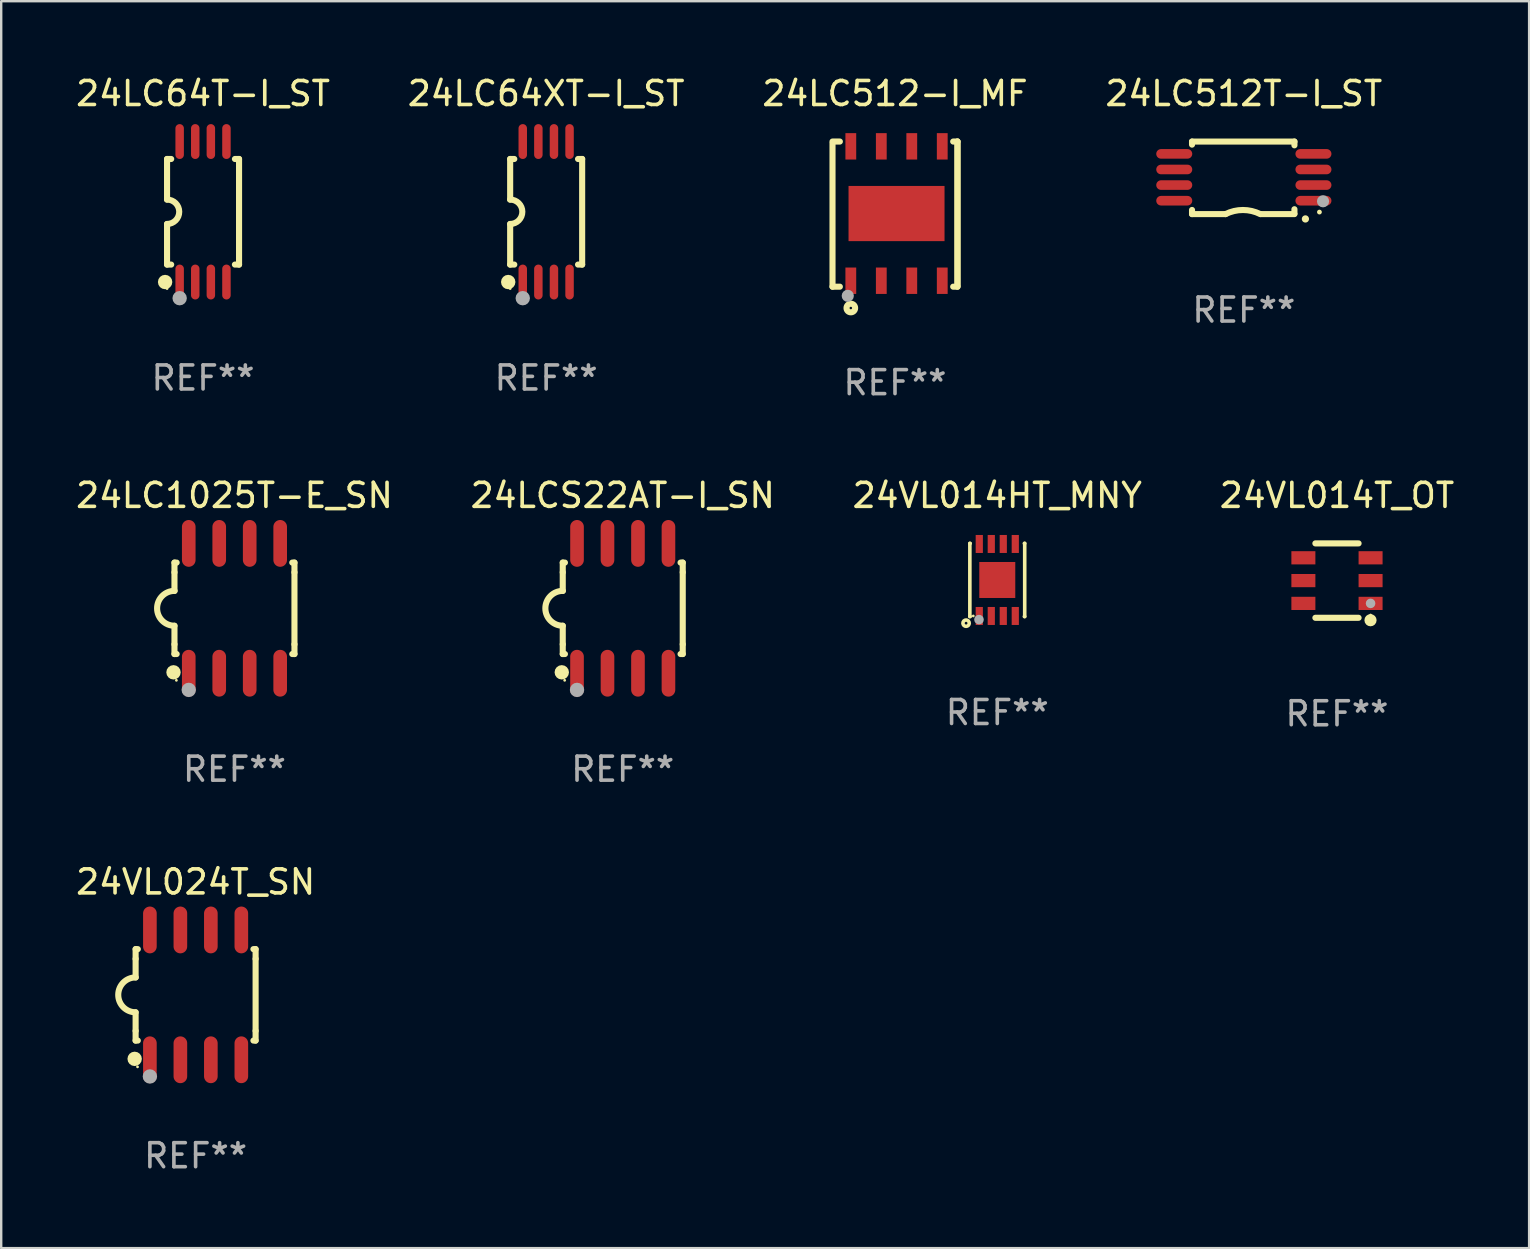
<source format=kicad_pcb>
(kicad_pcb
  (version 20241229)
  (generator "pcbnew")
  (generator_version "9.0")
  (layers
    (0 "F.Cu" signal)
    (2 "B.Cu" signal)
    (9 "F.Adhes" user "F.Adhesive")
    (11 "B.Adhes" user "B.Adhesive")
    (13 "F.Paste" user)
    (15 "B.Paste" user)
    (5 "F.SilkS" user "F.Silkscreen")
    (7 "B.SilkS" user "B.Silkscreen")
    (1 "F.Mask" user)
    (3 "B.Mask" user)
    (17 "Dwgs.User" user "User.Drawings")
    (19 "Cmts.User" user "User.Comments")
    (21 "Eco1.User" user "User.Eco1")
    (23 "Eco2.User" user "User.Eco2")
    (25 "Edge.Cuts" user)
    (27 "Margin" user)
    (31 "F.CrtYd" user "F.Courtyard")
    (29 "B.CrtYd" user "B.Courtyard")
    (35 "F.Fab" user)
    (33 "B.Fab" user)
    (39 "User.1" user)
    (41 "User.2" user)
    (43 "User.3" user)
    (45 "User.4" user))
  (footprint "24LC1025T-E_SN"
    (layer "F.Cu")
    (at 6.72 22.298)
    (property "Reference" "24LC1025T-E_SN" (at 0 -4.705 0) (layer "F.SilkS") (effects (font (size 1 1) (thickness 0.15))))
    (attr through_hole)
    (fp_line (start -2.5 -1.905) (end -2.409 -1.905) (stroke (width 0.254) (type solid)) (layer "F.SilkS"))
    (fp_line (start -2.5 -1.5) (end -2.5 -1.905) (stroke (width 0.254) (type solid)) (layer "F.SilkS"))
    (fp_line (start -2.5 -1.5) (end -2.5 -0.726) (stroke (width 0.254) (type solid)) (layer "F.SilkS"))
    (fp_line (start -2.5 1.5) (end -2.5 0.727) (stroke (width 0.254) (type solid)) (layer "F.SilkS"))
    (fp_line (start -2.5 1.5) (end -2.5 1.905) (stroke (width 0.254) (type solid)) (layer "F.SilkS"))
    (fp_line (start -2.5 1.905) (end -2.409 1.905) (stroke (width 0.254) (type solid)) (layer "F.SilkS"))
    (fp_line (start 2.5 -1.905) (end 2.409 -1.905) (stroke (width 0.254) (type solid)) (layer "F.SilkS"))
    (fp_line (start 2.5 -1.5) (end 2.5 -1.905) (stroke (width 0.254) (type solid)) (layer "F.SilkS"))
    (fp_line (start 2.5 -1.5) (end 2.5 1.5) (stroke (width 0.254) (type solid)) (layer "F.SilkS"))
    (fp_line (start 2.5 1.5) (end 2.5 1.905) (stroke (width 0.254) (type solid)) (layer "F.SilkS"))
    (fp_line (start 2.5 1.905) (end 2.409 1.905) (stroke (width 0.254) (type solid)) (layer "F.SilkS"))
    (fp_arc (start -2.5 0.726568) (mid -3.220316 -0.0023) (end -2.495097 -0.726289) (stroke (width 0.254001) (type solid)) (layer "F.SilkS"))
    (fp_circle (center -2.54 2.667) (end -2.39 2.667) (stroke (width 0.3) (type solid)) (fill no) (layer "F.SilkS"))
    (fp_circle (center -2.42 3) (end -2.39 3) (stroke (width 0.06) (type solid)) (fill no) (layer "F.SilkS"))
    (fp_circle (center -1.905 3.4) (end -1.755 3.4) (stroke (width 0.3) (type solid)) (fill no) (layer "F.Fab"))
    (fp_text user "REF**" (at 0 6.705 0) (layer "F.Fab") (effects (font (size 1 1) (thickness 0.15))))
    (pad "1" smd oval (at -1.905 2.705) (size 0.568 1.95) (layers "F.Cu" "F.Mask" "F.Paste"))
    (pad "2" smd oval (at -0.635 2.705) (size 0.568 1.95) (layers "F.Cu" "F.Mask" "F.Paste"))
    (pad "3" smd oval (at 0.635 2.705) (size 0.568 1.95) (layers "F.Cu" "F.Mask" "F.Paste"))
    (pad "4" smd oval (at 1.905 2.705) (size 0.568 1.95) (layers "F.Cu" "F.Mask" "F.Paste"))
    (pad "5" smd oval (at 1.905 -2.705) (size 0.568 1.95) (layers "F.Cu" "F.Mask" "F.Paste"))
    (pad "6" smd oval (at 0.635 -2.705) (size 0.568 1.95) (layers "F.Cu" "F.Mask" "F.Paste"))
    (pad "7" smd oval (at -0.635 -2.705) (size 0.568 1.95) (layers "F.Cu" "F.Mask" "F.Paste"))
    (pad "8" smd oval (at -1.905 -2.705) (size 0.568 1.95) (layers "F.Cu" "F.Mask" "F.Paste")))
  (footprint "24VL014HT_MNY"
    (layer "F.Cu")
    (at 38.506 21.117)
    (property "Reference" "24VL014HT_MNY" (at 0 -3.524 0) (layer "F.SilkS") (effects (font (size 1 1) (thickness 0.15))))
    (attr through_hole)
    (fp_line (start -1.143 -1.524) (end -1.143 1.524) (stroke (width 0.15) (type solid)) (layer "F.SilkS"))
    (fp_line (start -1.143 1.524) (end -1.129 1.524) (stroke (width 0.15) (type solid)) (layer "F.SilkS"))
    (fp_line (start -1.129 -1.524) (end -1.143 -1.524) (stroke (width 0.15) (type solid)) (layer "F.SilkS"))
    (fp_line (start 1.129 1.524) (end 1.143 1.524) (stroke (width 0.15) (type solid)) (layer "F.SilkS"))
    (fp_line (start 1.143 -1.524) (end 1.129 -1.524) (stroke (width 0.15) (type solid)) (layer "F.SilkS"))
    (fp_line (start 1.143 1.524) (end 1.143 -1.524) (stroke (width 0.15) (type solid)) (layer "F.SilkS"))
    (fp_circle (center -1.3 1.8) (end -1.243 1.8) (stroke (width 0.15) (type solid)) (fill no) (layer "F.SilkS"))
    (fp_circle (center -1 1.5) (end -0.97 1.5) (stroke (width 0.06) (type solid)) (fill no) (layer "F.SilkS"))
    (fp_circle (center -0.762 1.651) (end -0.662 1.651) (stroke (width 0.2) (type solid)) (fill no) (layer "F.Fab"))
    (fp_text user "REF**" (at 0 5.524 0) (layer "F.Fab") (effects (font (size 1 1) (thickness 0.15))))
    (pad "1" smd rect (at -0.75 1.5 90) (size 0.75 0.3) (layers "F.Cu" "F.Mask" "F.Paste"))
    (pad "2" smd rect (at -0.25 1.5 90) (size 0.75 0.3) (layers "F.Cu" "F.Mask" "F.Paste"))
    (pad "3" smd rect (at 0.25 1.5 90) (size 0.75 0.3) (layers "F.Cu" "F.Mask" "F.Paste"))
    (pad "4" smd rect (at 0.75 1.5 90) (size 0.75 0.3) (layers "F.Cu" "F.Mask" "F.Paste"))
    (pad "5" smd rect (at 0.75 -1.5 90) (size 0.75 0.3) (layers "F.Cu" "F.Mask" "F.Paste"))
    (pad "6" smd rect (at 0.25 -1.5 90) (size 0.75 0.3) (layers "F.Cu" "F.Mask" "F.Paste"))
    (pad "7" smd rect (at -0.25 -1.5 90) (size 0.75 0.3) (layers "F.Cu" "F.Mask" "F.Paste"))
    (pad "8" smd rect (at -0.75 -1.5 90) (size 0.75 0.3) (layers "F.Cu" "F.Mask" "F.Paste"))
    (pad "9" smd rect (at -0.000203 0.000457 90) (size 1.5 1.5) (layers "F.Cu" "F.Mask" "F.Paste")))
  (footprint "24LC512T-I_ST"
    (layer "F.Cu")
    (at 48.78 4.36)
    (property "Reference" "24LC512T-I_ST" (at 0 -3.511 0) (layer "F.SilkS") (effects (font (size 1 1) (thickness 0.15))))
    (attr through_hole)
    (fp_line (start -2.159 -1.511) (end 2.108 -1.511) (stroke (width 0.254) (type solid)) (layer "F.SilkS"))
    (fp_line (start -2.159 -1.384) (end -2.159 -1.511) (stroke (width 0.254) (type solid)) (layer "F.SilkS"))
    (fp_line (start -2.159 1.511) (end -2.159 1.339) (stroke (width 0.254) (type solid)) (layer "F.SilkS"))
    (fp_line (start -0.762 1.511) (end -2.159 1.511) (stroke (width 0.254) (type solid)) (layer "F.SilkS"))
    (fp_line (start 2.108 -1.511) (end 2.108 -1.355) (stroke (width 0.254) (type solid)) (layer "F.SilkS"))
    (fp_line (start 2.108 1.309) (end 2.108 1.486) (stroke (width 0.254) (type solid)) (layer "F.SilkS"))
    (fp_line (start 2.108 1.511) (end 0.711 1.511) (stroke (width 0.254) (type solid)) (layer "F.SilkS"))
    (fp_arc (start -0.762002 1.511303) (mid -0.0381 1.340413) (end 0.685801 1.511303) (stroke (width 0.254001) (type solid)) (layer "F.SilkS"))
    (fp_arc (start 2.565405 1.714503) (mid 2.5654 1.713233) (end 2.565405 1.711963) (stroke (width 0.3) (type solid)) (layer "F.SilkS"))
    (fp_circle (center 3.15 1.427) (end 3.2 1.427) (stroke (width 0.1) (type solid)) (fill no) (layer "F.SilkS"))
    (fp_circle (center 3.3 0.977) (end 3.427 0.977) (stroke (width 0.254) (type solid)) (fill no) (layer "F.Fab"))
    (fp_text user "REF**" (at 0 5.511 0) (layer "F.Fab") (effects (font (size 1 1) (thickness 0.15))))
    (pad "1" smd oval (at 2.9 0.953 270) (size 0.4 1.5) (layers "F.Cu" "F.Mask" "F.Paste"))
    (pad "2" smd oval (at 2.9 0.302 270) (size 0.4 1.5) (layers "F.Cu" "F.Mask" "F.Paste"))
    (pad "3" smd oval (at 2.9 -0.348 270) (size 0.4 1.5) (layers "F.Cu" "F.Mask" "F.Paste"))
    (pad "4" smd oval (at 2.9 -0.998 270) (size 0.4 1.5) (layers "F.Cu" "F.Mask" "F.Paste"))
    (pad "5" smd oval (at -2.9 -0.998 270) (size 0.4 1.5) (layers "F.Cu" "F.Mask" "F.Paste"))
    (pad "6" smd oval (at -2.9 -0.348 270) (size 0.4 1.5) (layers "F.Cu" "F.Mask" "F.Paste"))
    (pad "7" smd oval (at -2.9 0.302 270) (size 0.4 1.5) (layers "F.Cu" "F.Mask" "F.Paste"))
    (pad "8" smd oval (at -2.9 0.953 270) (size 0.4 1.5) (layers "F.Cu" "F.Mask" "F.Paste")))
  (footprint "24VL024T_SN"
    (layer "F.Cu")
    (at 5.101 38.405)
    (property "Reference" "24VL024T_SN" (at 0 -4.705 0) (layer "F.SilkS") (effects (font (size 1 1) (thickness 0.15))))
    (attr through_hole)
    (fp_line (start -2.5 -1.905) (end -2.409 -1.905) (stroke (width 0.254) (type solid)) (layer "F.SilkS"))
    (fp_line (start -2.5 -1.5) (end -2.5 -1.905) (stroke (width 0.254) (type solid)) (layer "F.SilkS"))
    (fp_line (start -2.5 -1.5) (end -2.5 -0.726) (stroke (width 0.254) (type solid)) (layer "F.SilkS"))
    (fp_line (start -2.5 1.5) (end -2.5 0.727) (stroke (width 0.254) (type solid)) (layer "F.SilkS"))
    (fp_line (start -2.5 1.5) (end -2.5 1.905) (stroke (width 0.254) (type solid)) (layer "F.SilkS"))
    (fp_line (start -2.5 1.905) (end -2.409 1.905) (stroke (width 0.254) (type solid)) (layer "F.SilkS"))
    (fp_line (start 2.5 -1.905) (end 2.409 -1.905) (stroke (width 0.254) (type solid)) (layer "F.SilkS"))
    (fp_line (start 2.5 -1.5) (end 2.5 -1.905) (stroke (width 0.254) (type solid)) (layer "F.SilkS"))
    (fp_line (start 2.5 -1.5) (end 2.5 1.5) (stroke (width 0.254) (type solid)) (layer "F.SilkS"))
    (fp_line (start 2.5 1.5) (end 2.5 1.905) (stroke (width 0.254) (type solid)) (layer "F.SilkS"))
    (fp_line (start 2.5 1.905) (end 2.409 1.905) (stroke (width 0.254) (type solid)) (layer "F.SilkS"))
    (fp_arc (start -2.5 0.726568) (mid -3.220316 -0.0023) (end -2.495097 -0.726289) (stroke (width 0.254001) (type solid)) (layer "F.SilkS"))
    (fp_circle (center -2.54 2.667) (end -2.39 2.667) (stroke (width 0.3) (type solid)) (fill no) (layer "F.SilkS"))
    (fp_circle (center -2.42 3) (end -2.39 3) (stroke (width 0.06) (type solid)) (fill no) (layer "F.SilkS"))
    (fp_circle (center -1.905 3.4) (end -1.755 3.4) (stroke (width 0.3) (type solid)) (fill no) (layer "F.Fab"))
    (fp_text user "REF**" (at 0 6.705 0) (layer "F.Fab") (effects (font (size 1 1) (thickness 0.15))))
    (pad "1" smd oval (at -1.905 2.705) (size 0.568 1.95) (layers "F.Cu" "F.Mask" "F.Paste"))
    (pad "2" smd oval (at -0.635 2.705) (size 0.568 1.95) (layers "F.Cu" "F.Mask" "F.Paste"))
    (pad "3" smd oval (at 0.635 2.705) (size 0.568 1.95) (layers "F.Cu" "F.Mask" "F.Paste"))
    (pad "4" smd oval (at 1.905 2.705) (size 0.568 1.95) (layers "F.Cu" "F.Mask" "F.Paste"))
    (pad "5" smd oval (at 1.905 -2.705) (size 0.568 1.95) (layers "F.Cu" "F.Mask" "F.Paste"))
    (pad "6" smd oval (at 0.635 -2.705) (size 0.568 1.95) (layers "F.Cu" "F.Mask" "F.Paste"))
    (pad "7" smd oval (at -0.635 -2.705) (size 0.568 1.95) (layers "F.Cu" "F.Mask" "F.Paste"))
    (pad "8" smd oval (at -1.905 -2.705) (size 0.568 1.95) (layers "F.Cu" "F.Mask" "F.Paste")))
  (footprint "24LCS22AT-I_SN"
    (layer "F.Cu")
    (at 22.899 22.298)
    (property "Reference" "24LCS22AT-I_SN" (at 0 -4.705 0) (layer "F.SilkS") (effects (font (size 1 1) (thickness 0.15))))
    (attr through_hole)
    (fp_line (start -2.5 -1.905) (end -2.409 -1.905) (stroke (width 0.254) (type solid)) (layer "F.SilkS"))
    (fp_line (start -2.5 -1.5) (end -2.5 -1.905) (stroke (width 0.254) (type solid)) (layer "F.SilkS"))
    (fp_line (start -2.5 -1.5) (end -2.5 -0.726) (stroke (width 0.254) (type solid)) (layer "F.SilkS"))
    (fp_line (start -2.5 1.5) (end -2.5 0.727) (stroke (width 0.254) (type solid)) (layer "F.SilkS"))
    (fp_line (start -2.5 1.5) (end -2.5 1.905) (stroke (width 0.254) (type solid)) (layer "F.SilkS"))
    (fp_line (start -2.5 1.905) (end -2.409 1.905) (stroke (width 0.254) (type solid)) (layer "F.SilkS"))
    (fp_line (start 2.5 -1.905) (end 2.409 -1.905) (stroke (width 0.254) (type solid)) (layer "F.SilkS"))
    (fp_line (start 2.5 -1.5) (end 2.5 -1.905) (stroke (width 0.254) (type solid)) (layer "F.SilkS"))
    (fp_line (start 2.5 -1.5) (end 2.5 1.5) (stroke (width 0.254) (type solid)) (layer "F.SilkS"))
    (fp_line (start 2.5 1.5) (end 2.5 1.905) (stroke (width 0.254) (type solid)) (layer "F.SilkS"))
    (fp_line (start 2.5 1.905) (end 2.409 1.905) (stroke (width 0.254) (type solid)) (layer "F.SilkS"))
    (fp_arc (start -2.5 0.726568) (mid -3.220316 -0.0023) (end -2.495097 -0.726289) (stroke (width 0.254001) (type solid)) (layer "F.SilkS"))
    (fp_circle (center -2.54 2.667) (end -2.39 2.667) (stroke (width 0.3) (type solid)) (fill no) (layer "F.SilkS"))
    (fp_circle (center -2.42 3) (end -2.39 3) (stroke (width 0.06) (type solid)) (fill no) (layer "F.SilkS"))
    (fp_circle (center -1.905 3.4) (end -1.755 3.4) (stroke (width 0.3) (type solid)) (fill no) (layer "F.Fab"))
    (fp_text user "REF**" (at 0 6.705 0) (layer "F.Fab") (effects (font (size 1 1) (thickness 0.15))))
    (pad "1" smd oval (at -1.905 2.705) (size 0.568 1.95) (layers "F.Cu" "F.Mask" "F.Paste"))
    (pad "2" smd oval (at -0.635 2.705) (size 0.568 1.95) (layers "F.Cu" "F.Mask" "F.Paste"))
    (pad "3" smd oval (at 0.635 2.705) (size 0.568 1.95) (layers "F.Cu" "F.Mask" "F.Paste"))
    (pad "4" smd oval (at 1.905 2.705) (size 0.568 1.95) (layers "F.Cu" "F.Mask" "F.Paste"))
    (pad "5" smd oval (at 1.905 -2.705) (size 0.568 1.95) (layers "F.Cu" "F.Mask" "F.Paste"))
    (pad "6" smd oval (at 0.635 -2.705) (size 0.568 1.95) (layers "F.Cu" "F.Mask" "F.Paste"))
    (pad "7" smd oval (at -0.635 -2.705) (size 0.568 1.95) (layers "F.Cu" "F.Mask" "F.Paste"))
    (pad "8" smd oval (at -1.905 -2.705) (size 0.568 1.95) (layers "F.Cu" "F.Mask" "F.Paste")))
  (footprint "24LC64XT-I_ST"
    (layer "F.Cu")
    (at 19.708 5.775)
    (property "Reference" "24LC64XT-I_ST" (at 0 -4.927 0) (layer "F.SilkS") (effects (font (size 1 1) (thickness 0.15))))
    (attr through_hole)
    (fp_line (start -1.5 -2.2) (end -1.5 -0.508) (stroke (width 0.254) (type solid)) (layer "F.SilkS"))
    (fp_line (start -1.5 -2.2) (end -1.328 -2.2) (stroke (width 0.254) (type solid)) (layer "F.SilkS"))
    (fp_line (start -1.5 2.2) (end -1.5 0.508) (stroke (width 0.254) (type solid)) (layer "F.SilkS"))
    (fp_line (start -1.5 2.2) (end -1.328 2.2) (stroke (width 0.254) (type solid)) (layer "F.SilkS"))
    (fp_line (start 1.328 -2.2) (end 1.5 -2.2) (stroke (width 0.254) (type solid)) (layer "F.SilkS"))
    (fp_line (start 1.328 2.2) (end 1.5 2.2) (stroke (width 0.254) (type solid)) (layer "F.SilkS"))
    (fp_line (start 1.5 -2.2) (end 1.5 2.2) (stroke (width 0.254) (type solid)) (layer "F.SilkS"))
    (fp_arc (start -1.501144 -0.508) (mid -0.993143 -0.000571) (end -1.5 0.508001) (stroke (width 0.254001) (type solid)) (layer "F.SilkS"))
    (fp_circle (center -1.581 2.927) (end -1.431 2.927) (stroke (width 0.3) (type solid)) (fill no) (layer "F.SilkS"))
    (fp_circle (center -1.5 3.2) (end -1.47 3.2) (stroke (width 0.06) (type solid)) (fill no) (layer "F.SilkS"))
    (fp_circle (center -0.975 3.6) (end -0.825 3.6) (stroke (width 0.3) (type solid)) (fill no) (layer "F.Fab"))
    (fp_text user "REF**" (at 0 6.927 0) (layer "F.Fab") (effects (font (size 1 1) (thickness 0.15))))
    (pad "1" smd oval (at -0.975 2.927) (size 0.353 1.454) (layers "F.Cu" "F.Mask" "F.Paste"))
    (pad "2" smd oval (at -0.325 2.927) (size 0.353 1.454) (layers "F.Cu" "F.Mask" "F.Paste"))
    (pad "3" smd oval (at 0.325 2.927) (size 0.353 1.454) (layers "F.Cu" "F.Mask" "F.Paste"))
    (pad "4" smd oval (at 0.975 2.927) (size 0.353 1.454) (layers "F.Cu" "F.Mask" "F.Paste"))
    (pad "5" smd oval (at 0.975 -2.927) (size 0.353 1.454) (layers "F.Cu" "F.Mask" "F.Paste"))
    (pad "6" smd oval (at 0.325 -2.927) (size 0.353 1.454) (layers "F.Cu" "F.Mask" "F.Paste"))
    (pad "7" smd oval (at -0.325 -2.927) (size 0.353 1.454) (layers "F.Cu" "F.Mask" "F.Paste"))
    (pad "8" smd oval (at -0.975 -2.927) (size 0.353 1.454) (layers "F.Cu" "F.Mask" "F.Paste")))
  (footprint "24LC64T-I_ST"
    (layer "F.Cu")
    (at 5.411 5.775)
    (property "Reference" "24LC64T-I_ST" (at 0 -4.927 0) (layer "F.SilkS") (effects (font (size 1 1) (thickness 0.15))))
    (attr through_hole)
    (fp_line (start -1.5 -2.2) (end -1.5 -0.508) (stroke (width 0.254) (type solid)) (layer "F.SilkS"))
    (fp_line (start -1.5 -2.2) (end -1.328 -2.2) (stroke (width 0.254) (type solid)) (layer "F.SilkS"))
    (fp_line (start -1.5 2.2) (end -1.5 0.508) (stroke (width 0.254) (type solid)) (layer "F.SilkS"))
    (fp_line (start -1.5 2.2) (end -1.328 2.2) (stroke (width 0.254) (type solid)) (layer "F.SilkS"))
    (fp_line (start 1.328 -2.2) (end 1.5 -2.2) (stroke (width 0.254) (type solid)) (layer "F.SilkS"))
    (fp_line (start 1.328 2.2) (end 1.5 2.2) (stroke (width 0.254) (type solid)) (layer "F.SilkS"))
    (fp_line (start 1.5 -2.2) (end 1.5 2.2) (stroke (width 0.254) (type solid)) (layer "F.SilkS"))
    (fp_arc (start -1.501144 -0.508) (mid -0.993143 -0.000571) (end -1.5 0.508001) (stroke (width 0.254001) (type solid)) (layer "F.SilkS"))
    (fp_circle (center -1.581 2.927) (end -1.431 2.927) (stroke (width 0.3) (type solid)) (fill no) (layer "F.SilkS"))
    (fp_circle (center -1.5 3.2) (end -1.47 3.2) (stroke (width 0.06) (type solid)) (fill no) (layer "F.SilkS"))
    (fp_circle (center -0.975 3.6) (end -0.825 3.6) (stroke (width 0.3) (type solid)) (fill no) (layer "F.Fab"))
    (fp_text user "REF**" (at 0 6.927 0) (layer "F.Fab") (effects (font (size 1 1) (thickness 0.15))))
    (pad "1" smd oval (at -0.975 2.927) (size 0.353 1.454) (layers "F.Cu" "F.Mask" "F.Paste"))
    (pad "2" smd oval (at -0.325 2.927) (size 0.353 1.454) (layers "F.Cu" "F.Mask" "F.Paste"))
    (pad "3" smd oval (at 0.325 2.927) (size 0.353 1.454) (layers "F.Cu" "F.Mask" "F.Paste"))
    (pad "4" smd oval (at 0.975 2.927) (size 0.353 1.454) (layers "F.Cu" "F.Mask" "F.Paste"))
    (pad "5" smd oval (at 0.975 -2.927) (size 0.353 1.454) (layers "F.Cu" "F.Mask" "F.Paste"))
    (pad "6" smd oval (at 0.325 -2.927) (size 0.353 1.454) (layers "F.Cu" "F.Mask" "F.Paste"))
    (pad "7" smd oval (at -0.325 -2.927) (size 0.353 1.454) (layers "F.Cu" "F.Mask" "F.Paste"))
    (pad "8" smd oval (at -0.975 -2.927) (size 0.353 1.454) (layers "F.Cu" "F.Mask" "F.Paste")))
  (footprint "24LC512-I_MF"
    (layer "F.Cu")
    (at 34.244 5.872)
    (property "Reference" "24LC512-I_MF" (at 0 -5.024 0) (layer "F.SilkS") (effects (font (size 1 1) (thickness 0.15))))
    (attr through_hole)
    (fp_line (start -2.604 -2.945) (end -2.604 3.024) (stroke (width 0.254) (type solid)) (layer "F.SilkS"))
    (fp_line (start -2.604 3.024) (end -2.298 3.024) (stroke (width 0.254) (type solid)) (layer "F.SilkS"))
    (fp_line (start -2.298 -3.024) (end -2.604 -3.024) (stroke (width 0.254) (type solid)) (layer "F.SilkS"))
    (fp_line (start 2.425 3.024) (end 2.604 3.024) (stroke (width 0.254) (type solid)) (layer "F.SilkS"))
    (fp_line (start 2.604 -3.024) (end 2.425 -3.024) (stroke (width 0.254) (type solid)) (layer "F.SilkS"))
    (fp_line (start 2.604 -3.024) (end 2.604 2.976) (stroke (width 0.254) (type solid)) (layer "F.SilkS"))
    (fp_line (start 2.604 3.024) (end 2.604 -3.024) (stroke (width 0.254) (type solid)) (layer "F.SilkS"))
    (fp_circle (center -2.436 2.976) (end -2.406 2.976) (stroke (width 0.06) (type solid)) (fill no) (layer "F.SilkS"))
    (fp_circle (center -1.841 3.913) (end -1.662 3.913) (stroke (width 0.254) (type solid)) (fill no) (layer "F.SilkS"))
    (fp_circle (center -1.968 3.405) (end -1.841 3.405) (stroke (width 0.254) (type solid)) (fill no) (layer "F.Fab"))
    (fp_text user "REF**" (at 0 7.024 0) (layer "F.Fab") (effects (font (size 1 1) (thickness 0.15))))
    (pad "1" smd rect (at -1.841 2.776) (size 0.45 1.1) (layers "F.Cu" "F.Mask" "F.Paste"))
    (pad "2" smd rect (at -0.571 2.776) (size 0.45 1.1) (layers "F.Cu" "F.Mask" "F.Paste"))
    (pad "3" smd rect (at 0.699 2.776) (size 0.45 1.1) (layers "F.Cu" "F.Mask" "F.Paste"))
    (pad "4" smd rect (at 1.969 2.776) (size 0.45 1.1) (layers "F.Cu" "F.Mask" "F.Paste"))
    (pad "5" smd rect (at 1.969 -2.824) (size 0.45 1.1) (layers "F.Cu" "F.Mask" "F.Paste"))
    (pad "6" smd rect (at 0.699 -2.824) (size 0.45 1.1) (layers "F.Cu" "F.Mask" "F.Paste"))
    (pad "7" smd rect (at -0.571 -2.824) (size 0.45 1.1) (layers "F.Cu" "F.Mask" "F.Paste"))
    (pad "8" smd rect (at -1.841 -2.824) (size 0.45 1.1) (layers "F.Cu" "F.Mask" "F.Paste"))
    (pad "9" smd rect (at 0.064 -0.024) (size 4 2.3) (layers "F.Cu" "F.Mask" "F.Paste")))
  (footprint "24VL014T_OT"
    (layer "F.Cu")
    (at 52.661 21.143)
    (property "Reference" "24VL014T_OT" (at 0 -3.55 0) (layer "F.SilkS") (effects (font (size 1 1) (thickness 0.15))))
    (attr through_hole)
    (fp_line (start -0.9 -1.55) (end 0.9 -1.55) (stroke (width 0.254) (type solid)) (layer "F.SilkS"))
    (fp_line (start -0.9 1.55) (end 0.9 1.55) (stroke (width 0.254) (type solid)) (layer "F.SilkS"))
    (fp_circle (center 1.397 1.651) (end 1.524 1.651) (stroke (width 0.254) (type solid)) (fill no) (layer "F.SilkS"))
    (fp_circle (center 1.4 1.435) (end 1.43 1.435) (stroke (width 0.06) (type solid)) (fill no) (layer "F.SilkS"))
    (fp_circle (center 1.4 0.95) (end 1.5 0.95) (stroke (width 0.2) (type solid)) (fill no) (layer "F.Fab"))
    (fp_text user "REF**" (at 0 5.55 0) (layer "F.Fab") (effects (font (size 1 1) (thickness 0.15))))
    (pad "1" smd rect (at 1.4 0.95) (size 1 0.55) (layers "F.Cu" "F.Mask" "F.Paste"))
    (pad "2" smd rect (at 1.4 -0.000102) (size 1 0.55) (layers "F.Cu" "F.Mask" "F.Paste"))
    (pad "3" smd rect (at 1.4 -0.95) (size 1 0.55) (layers "F.Cu" "F.Mask" "F.Paste"))
    (pad "4" smd rect (at -1.4 -0.95) (size 1 0.55) (layers "F.Cu" "F.Mask" "F.Paste"))
    (pad "5" smd rect (at -1.4 -0.000102) (size 1 0.55) (layers "F.Cu" "F.Mask" "F.Paste"))
    (pad "6" smd rect (at -1.4 0.95) (size 1 0.55) (layers "F.Cu" "F.Mask" "F.Paste")))
  (gr_rect
    (start -3 -3)
    (end 60.667 48.958)
    (stroke (width 0.1) (type default))
    (fill no)
    (layer "Edge.Cuts")))
</source>
